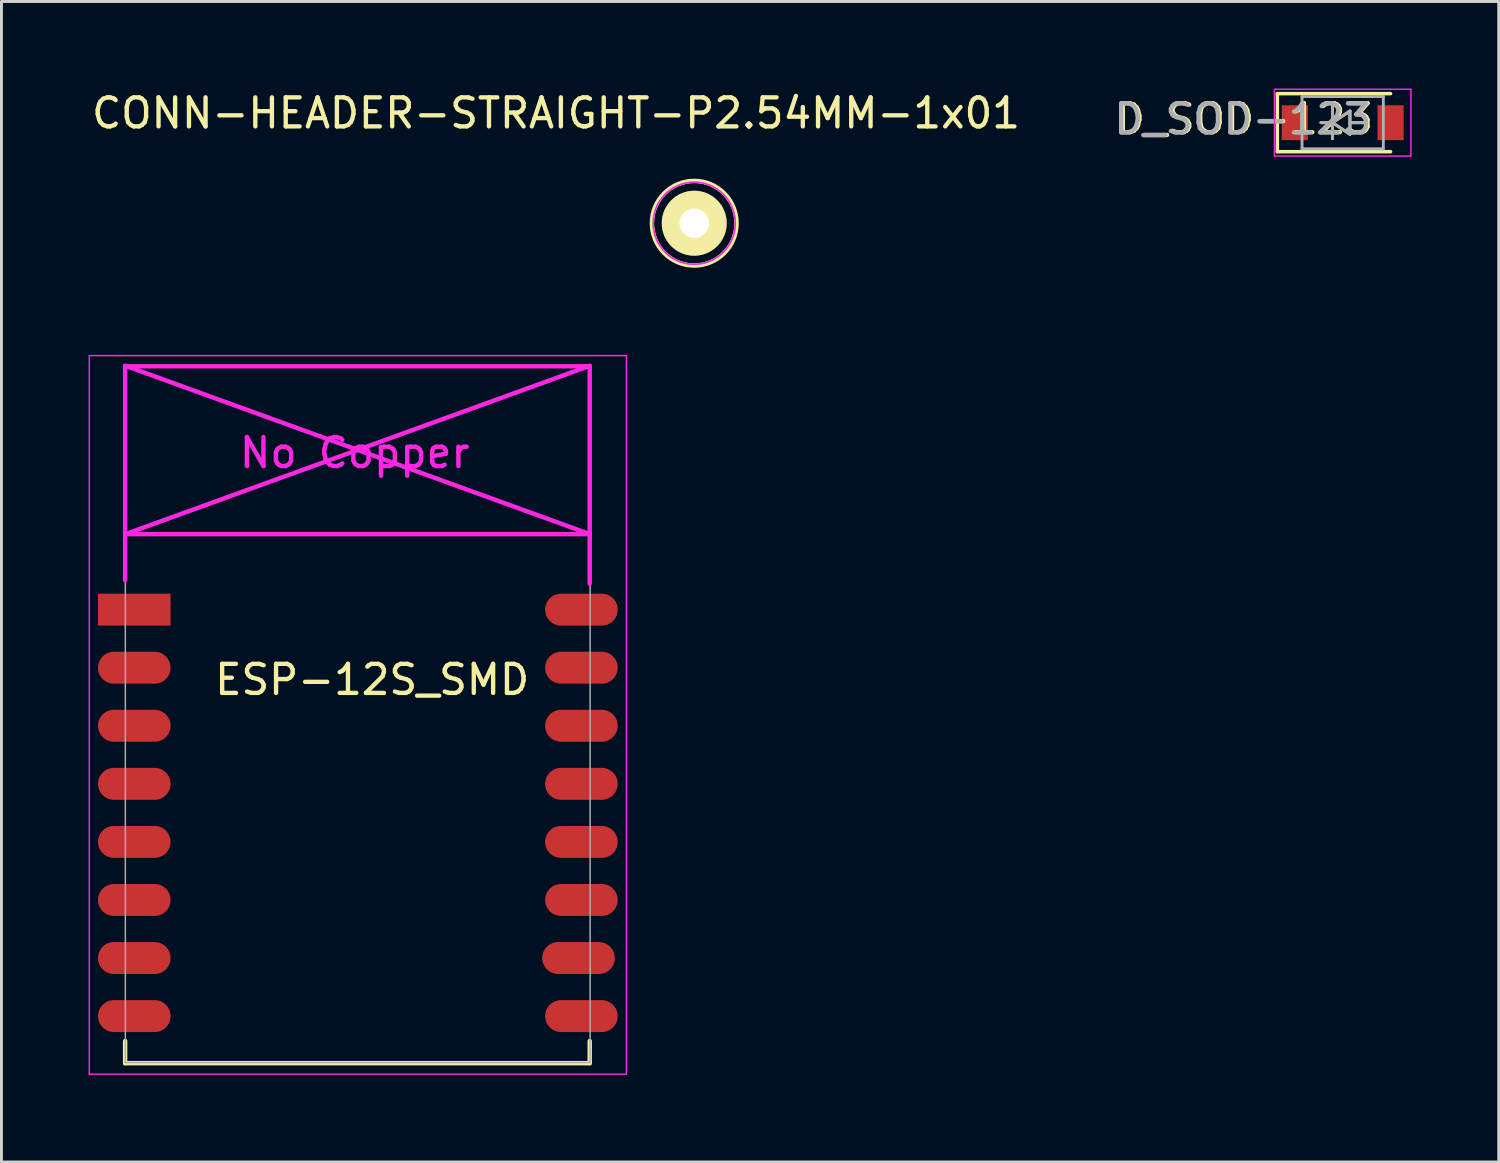
<source format=kicad_pcb>
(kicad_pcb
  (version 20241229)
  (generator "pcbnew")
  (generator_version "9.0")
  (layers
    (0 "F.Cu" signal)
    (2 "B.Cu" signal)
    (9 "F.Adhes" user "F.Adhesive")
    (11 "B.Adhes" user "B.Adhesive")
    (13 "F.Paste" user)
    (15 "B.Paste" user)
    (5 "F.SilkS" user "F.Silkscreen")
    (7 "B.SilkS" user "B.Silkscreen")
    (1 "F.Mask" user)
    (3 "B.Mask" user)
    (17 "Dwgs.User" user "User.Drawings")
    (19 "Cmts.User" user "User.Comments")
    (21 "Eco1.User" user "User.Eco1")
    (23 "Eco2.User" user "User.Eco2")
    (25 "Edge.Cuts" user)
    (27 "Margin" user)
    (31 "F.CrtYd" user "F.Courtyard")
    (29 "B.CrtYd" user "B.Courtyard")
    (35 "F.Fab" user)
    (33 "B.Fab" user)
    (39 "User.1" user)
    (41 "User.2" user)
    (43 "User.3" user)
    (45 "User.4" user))
  (footprint "D_SOD-123"
    (layer "F.Cu")
    (at 43.195 1.175)
    (property "Reference" "D_SOD-123" (at -3.383 -0.127 0) (layer "F.SilkS") (effects (font (size 1 1) (thickness 0.15))))
    (attr smd)
    (fp_line (start -2.25 -1) (end -2.25 1) (stroke (width 0.12) (type solid)) (layer "F.SilkS"))
    (fp_line (start -2.25 -1) (end 1.65 -1) (stroke (width 0.12) (type solid)) (layer "F.SilkS"))
    (fp_line (start -2.25 1) (end 1.65 1) (stroke (width 0.12) (type solid)) (layer "F.SilkS"))
    (fp_line (start -0.75 0) (end -0.35 0) (stroke (width 0.1) (type solid)) (layer "F.SilkS"))
    (fp_line (start -0.35 0) (end -0.35 -0.55) (stroke (width 0.1) (type solid)) (layer "F.SilkS"))
    (fp_line (start -0.35 0) (end -0.35 0.55) (stroke (width 0.1) (type solid)) (layer "F.SilkS"))
    (fp_line (start -0.35 0) (end 0.25 -0.4) (stroke (width 0.1) (type solid)) (layer "F.SilkS"))
    (fp_line (start 0.25 -0.4) (end 0.25 0.4) (stroke (width 0.1) (type solid)) (layer "F.SilkS"))
    (fp_line (start 0.25 0) (end 0.75 0) (stroke (width 0.1) (type solid)) (layer "F.SilkS"))
    (fp_line (start 0.25 0.4) (end -0.35 0) (stroke (width 0.1) (type solid)) (layer "F.SilkS"))
    (fp_line (start -2.35 -1.15) (end -2.35 1.15) (stroke (width 0.05) (type solid)) (layer "F.CrtYd"))
    (fp_line (start -2.35 -1.15) (end 2.35 -1.15) (stroke (width 0.05) (type solid)) (layer "F.CrtYd"))
    (fp_line (start 2.35 -1.15) (end 2.35 1.15) (stroke (width 0.05) (type solid)) (layer "F.CrtYd"))
    (fp_line (start 2.35 1.15) (end -2.35 1.15) (stroke (width 0.05) (type solid)) (layer "F.CrtYd"))
    (fp_line (start -1.4 -0.9) (end 1.4 -0.9) (stroke (width 0.1) (type solid)) (layer "F.Fab"))
    (fp_line (start -1.4 0.9) (end -1.4 -0.9) (stroke (width 0.1) (type solid)) (layer "F.Fab"))
    (fp_line (start -0.75 0) (end -0.35 0) (stroke (width 0.1) (type solid)) (layer "F.Fab"))
    (fp_line (start -0.35 0) (end -0.35 -0.55) (stroke (width 0.1) (type solid)) (layer "F.Fab"))
    (fp_line (start -0.35 0) (end -0.35 0.55) (stroke (width 0.1) (type solid)) (layer "F.Fab"))
    (fp_line (start -0.35 0) (end 0.25 -0.4) (stroke (width 0.1) (type solid)) (layer "F.Fab"))
    (fp_line (start 0.25 -0.4) (end 0.25 0.4) (stroke (width 0.1) (type solid)) (layer "F.Fab"))
    (fp_line (start 0.25 0) (end 0.75 0) (stroke (width 0.1) (type solid)) (layer "F.Fab"))
    (fp_line (start 0.25 0.4) (end -0.35 0) (stroke (width 0.1) (type solid)) (layer "F.Fab"))
    (fp_line (start 1.4 -0.9) (end 1.4 0.9) (stroke (width 0.1) (type solid)) (layer "F.Fab"))
    (fp_line (start 1.4 0.9) (end -1.4 0.9) (stroke (width 0.1) (type solid)) (layer "F.Fab"))
    (fp_text user "${REFERENCE}" (at -3.439 -0.122 180) (layer "F.Fab") (effects (font (size 1 1) (thickness 0.15))))
    (pad "1" smd rect (at -1.65 0) (size 0.9 1.2) (layers "F.Cu" "F.Mask" "F.Paste"))
    (pad "2" smd rect (at 1.65 0) (size 0.9 1.2) (layers "F.Cu" "F.Mask" "F.Paste")))
  (footprint "CONN-HEADER-STRAIGHT-P2.54MM-1x01"
    (layer "F.Cu")
    (at 20.861 4.638)
    (property "Reference" "CONN-HEADER-STRAIGHT-P2.54MM-1x01" (at -4.76 -3.79 0) (layer "F.SilkS") (effects (font (size 1 1) (thickness 0.15))))
    (attr through_hole)
    (fp_circle (center 0 0) (end 1.25 0.75) (stroke (width 0.152) (type solid)) (fill no) (layer "F.SilkS"))
    (fp_circle (center 0 0) (end 1 1) (stroke (width 0.051) (type solid)) (fill no) (layer "F.CrtYd"))
    (fp_circle (center 0 0) (end 1 1) (stroke (width 0.051) (type solid)) (fill no) (layer "F.Fab"))
    (pad "1" thru_hole circle (at 0 0) (size 2.235 2.235) (drill 1.016) (layers "*.Cu" "*.Mask" "F.SilkS")))
  (footprint "ESP-12S_SMD"
    (layer "F.Cu")
    (at 2.275 17.947)
    (property "Reference" "ESP-12S_SMD" (at 7.493 2.413 0) (layer "F.SilkS") (effects (font (size 1 1) (thickness 0.15))))
    (attr smd)
    (fp_line (start -1.016 14.859) (end -1.016 15.621) (stroke (width 0.152) (type solid)) (layer "F.SilkS"))
    (fp_line (start -1.016 15.621) (end 14.986 15.621) (stroke (width 0.152) (type solid)) (layer "F.SilkS"))
    (fp_line (start 14.986 15.621) (end 14.986 14.859) (stroke (width 0.152) (type solid)) (layer "F.SilkS"))
    (fp_line (start -2.25 -8.75) (end 15.25 -8.75) (stroke (width 0.05) (type solid)) (layer "F.CrtYd"))
    (fp_line (start -2.25 -0.5) (end -2.25 -8.75) (stroke (width 0.05) (type solid)) (layer "F.CrtYd"))
    (fp_line (start -2.25 16) (end -2.25 -0.5) (stroke (width 0.05) (type solid)) (layer "F.CrtYd"))
    (fp_line (start -1.016 -8.382) (end -1.016 -1.016) (stroke (width 0.152) (type solid)) (layer "F.CrtYd"))
    (fp_line (start -1.016 -8.382) (end 14.986 -8.382) (stroke (width 0.152) (type solid)) (layer "F.CrtYd"))
    (fp_line (start -1.008 -8.4) (end 14.992 -2.6) (stroke (width 0.152) (type solid)) (layer "F.CrtYd"))
    (fp_line (start -1.008 -2.6) (end 14.992 -2.6) (stroke (width 0.152) (type solid)) (layer "F.CrtYd"))
    (fp_line (start 14.986 -8.382) (end 14.986 -0.889) (stroke (width 0.152) (type solid)) (layer "F.CrtYd"))
    (fp_line (start 14.992 -8.4) (end -1.008 -2.6) (stroke (width 0.152) (type solid)) (layer "F.CrtYd"))
    (fp_line (start 15.25 -8.75) (end 16.25 -8.75) (stroke (width 0.05) (type solid)) (layer "F.CrtYd"))
    (fp_line (start 16.25 -8.75) (end 16.25 16) (stroke (width 0.05) (type solid)) (layer "F.CrtYd"))
    (fp_line (start 16.25 16) (end -2.25 16) (stroke (width 0.05) (type solid)) (layer "F.CrtYd"))
    (fp_line (start -1.008 -8.4) (end 14.992 -8.4) (stroke (width 0.05) (type solid)) (layer "F.Fab"))
    (fp_line (start -1.008 15.6) (end -1.008 -8.4) (stroke (width 0.05) (type solid)) (layer "F.Fab"))
    (fp_line (start 14.992 15.6) (end -1.008 15.6) (stroke (width 0.05) (type solid)) (layer "F.Fab"))
    (fp_line (start 15 -8.4) (end 15 15.6) (stroke (width 0.05) (type solid)) (layer "F.Fab"))
    (fp_text user "No Copper" (at 6.892 -5.4 0) (layer "F.CrtYd") (effects (font (size 1 1) (thickness 0.15))))
    (pad "1" smd rect (at 0 0) (size 2.5 1.1) (drill (offset -0.7 0)) (layers "F.Cu" "F.Mask" "F.Paste"))
    (pad "2" smd oval (at 0 2) (size 2.5 1.1) (drill (offset -0.7 0)) (layers "F.Cu" "F.Mask" "F.Paste"))
    (pad "3" smd oval (at 0 4) (size 2.5 1.1) (drill (offset -0.7 0)) (layers "F.Cu" "F.Mask" "F.Paste"))
    (pad "4" smd oval (at 0 6) (size 2.5 1.1) (drill (offset -0.7 0)) (layers "F.Cu" "F.Mask" "F.Paste"))
    (pad "5" smd oval (at 0 8) (size 2.5 1.1) (drill (offset -0.7 0)) (layers "F.Cu" "F.Mask" "F.Paste"))
    (pad "6" smd oval (at 0 10) (size 2.5 1.1) (drill (offset -0.7 0)) (layers "F.Cu" "F.Mask" "F.Paste"))
    (pad "7" smd oval (at 0 12) (size 2.5 1.1) (drill (offset -0.7 0)) (layers "F.Cu" "F.Mask" "F.Paste"))
    (pad "8" smd oval (at 0 14) (size 2.5 1.1) (drill (offset -0.7 0)) (layers "F.Cu" "F.Mask" "F.Paste"))
    (pad "9" smd oval (at 14 14) (size 2.5 1.1) (drill (offset 0.7 0)) (layers "F.Cu" "F.Mask" "F.Paste"))
    (pad "10" smd oval (at 14 12) (size 2.5 1.1) (drill (offset 0.6 0)) (layers "F.Cu" "F.Mask" "F.Paste"))
    (pad "11" smd oval (at 14 10) (size 2.5 1.1) (drill (offset 0.7 0)) (layers "F.Cu" "F.Mask" "F.Paste"))
    (pad "12" smd oval (at 14 8) (size 2.5 1.1) (drill (offset 0.7 0)) (layers "F.Cu" "F.Mask" "F.Paste"))
    (pad "13" smd oval (at 14 6) (size 2.5 1.1) (drill (offset 0.7 0)) (layers "F.Cu" "F.Mask" "F.Paste"))
    (pad "14" smd oval (at 14 4) (size 2.5 1.1) (drill (offset 0.7 0)) (layers "F.Cu" "F.Mask" "F.Paste"))
    (pad "15" smd oval (at 14 2) (size 2.5 1.1) (drill (offset 0.7 0)) (layers "F.Cu" "F.Mask" "F.Paste"))
    (pad "16" smd oval (at 14 0) (size 2.5 1.1) (drill (offset 0.7 0)) (layers "F.Cu" "F.Mask" "F.Paste")))
  (gr_rect
    (start -3 -3)
    (end 48.57 36.972)
    (stroke (width 0.1) (type default))
    (fill no)
    (layer "Edge.Cuts")))
</source>
